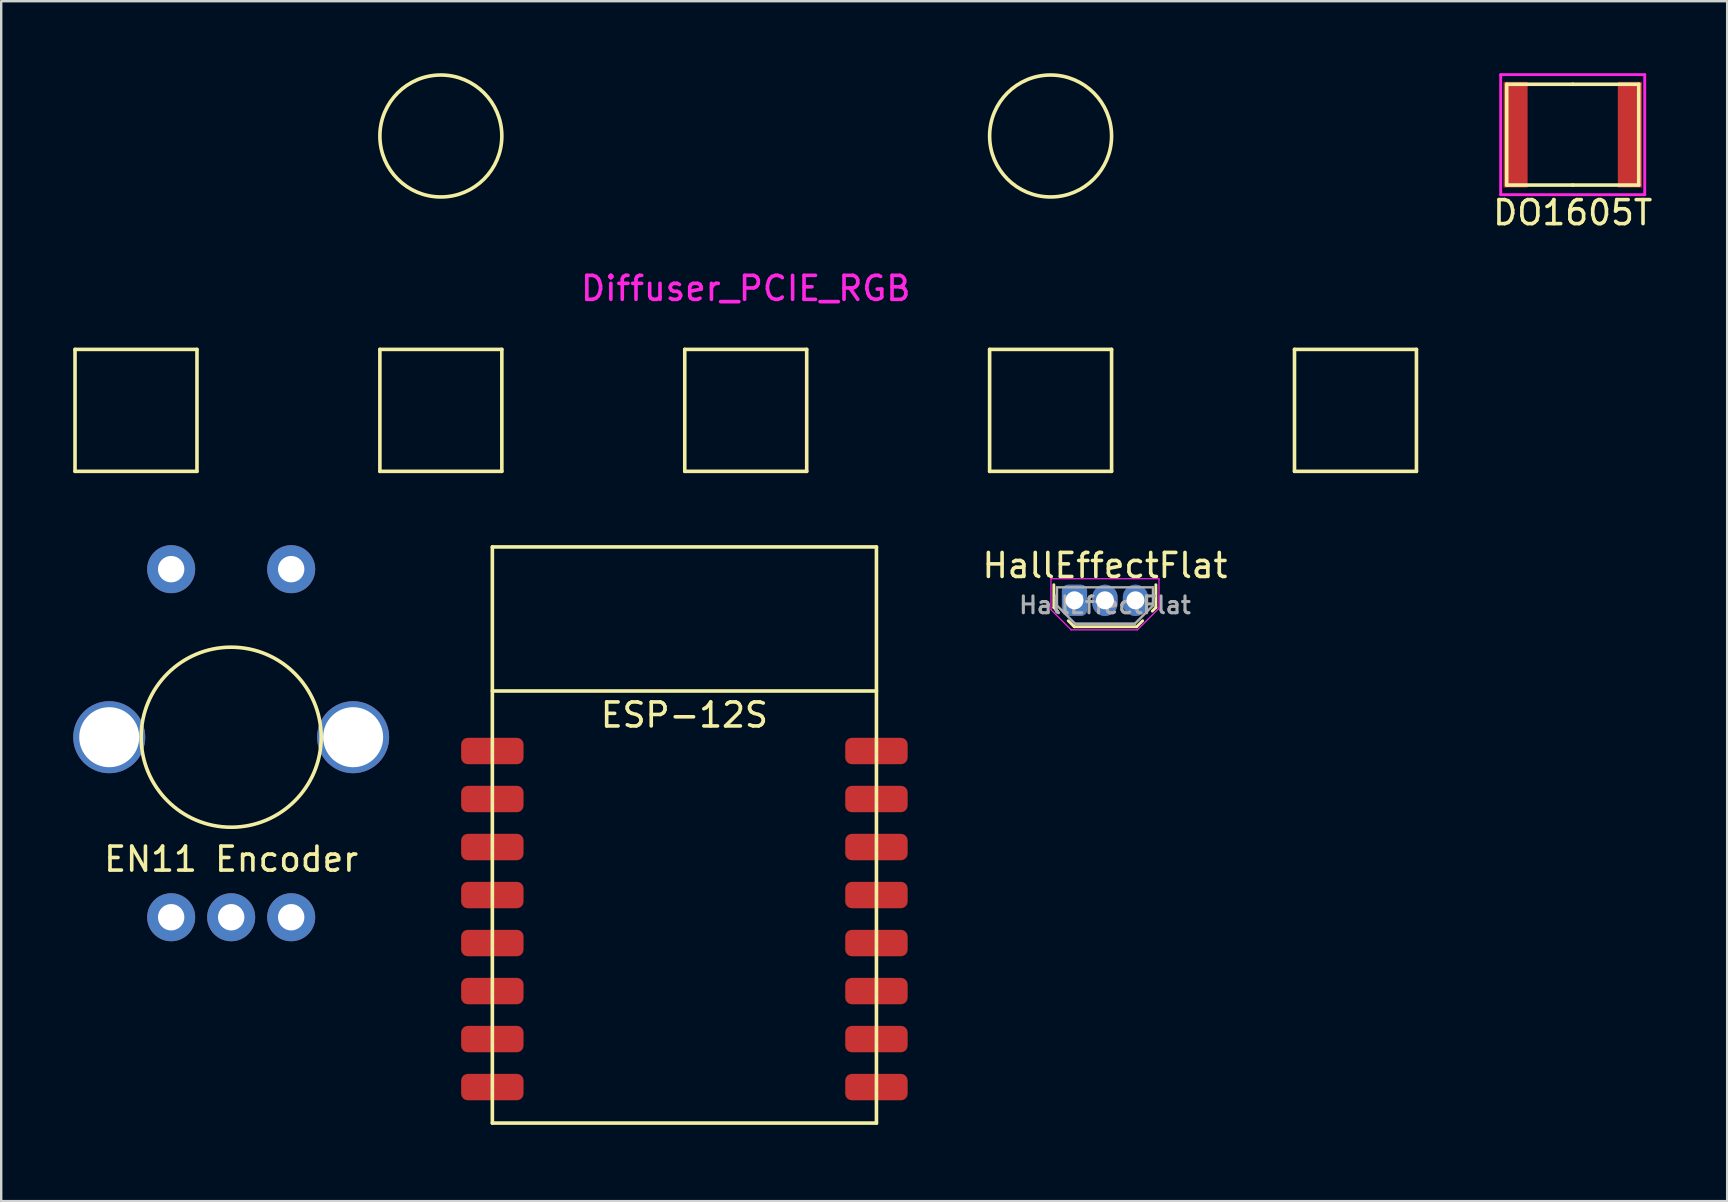
<source format=kicad_pcb>
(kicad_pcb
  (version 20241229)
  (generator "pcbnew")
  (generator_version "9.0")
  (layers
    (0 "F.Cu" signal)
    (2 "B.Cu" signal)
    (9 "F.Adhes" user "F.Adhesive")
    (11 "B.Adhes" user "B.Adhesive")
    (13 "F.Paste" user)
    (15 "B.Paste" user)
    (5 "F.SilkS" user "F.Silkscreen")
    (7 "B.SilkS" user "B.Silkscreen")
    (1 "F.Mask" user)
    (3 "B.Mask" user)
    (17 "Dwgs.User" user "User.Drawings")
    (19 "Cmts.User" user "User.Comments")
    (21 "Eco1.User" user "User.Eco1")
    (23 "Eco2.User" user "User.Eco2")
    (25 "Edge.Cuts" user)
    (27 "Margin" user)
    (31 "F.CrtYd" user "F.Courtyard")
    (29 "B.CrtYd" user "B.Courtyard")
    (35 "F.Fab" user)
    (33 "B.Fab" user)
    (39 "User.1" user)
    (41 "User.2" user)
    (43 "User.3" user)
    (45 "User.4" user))
  (footprint "HallEffectFlat"
    (layer "F.Cu")
    (at 42.98 21.958)
    (property "Reference" "HallEffectFlat" (at 0 -1.45 0) (layer "F.SilkS") (effects (font (size 1 1) (thickness 0.15))))
    (attr through_hole)
    (fp_line (start -2.13 0.3) (end -2.13 -0.65) (stroke (width 0.12) (type solid)) (layer "F.SilkS"))
    (fp_line (start -1.98 0.45) (end -2.13 0.3) (stroke (width 0.12) (type solid)) (layer "F.SilkS"))
    (fp_line (start -1.28 1.1) (end -1.53 0.85) (stroke (width 0.12) (type solid)) (layer "F.SilkS"))
    (fp_line (start -1.28 1.1) (end 1.32 1.1) (stroke (width 0.12) (type solid)) (layer "F.SilkS"))
    (fp_line (start 1.32 1.1) (end 1.57 0.85) (stroke (width 0.12) (type solid)) (layer "F.SilkS"))
    (fp_line (start 1.97 0.45) (end 2.12 0.3) (stroke (width 0.12) (type solid)) (layer "F.SilkS"))
    (fp_line (start 2.12 -0.65) (end 2.12 0.3) (stroke (width 0.12) (type solid)) (layer "F.SilkS"))
    (fp_line (start -2.25 -0.9) (end 2.25 -0.9) (stroke (width 0.05) (type solid)) (layer "F.CrtYd"))
    (fp_line (start -2.25 0.39) (end -2.25 -0.9) (stroke (width 0.05) (type solid)) (layer "F.CrtYd"))
    (fp_line (start -1.41 1.23) (end -2.25 0.39) (stroke (width 0.05) (type solid)) (layer "F.CrtYd"))
    (fp_line (start 1.35 1.23) (end -1.41 1.23) (stroke (width 0.05) (type solid)) (layer "F.CrtYd"))
    (fp_line (start 2.25 -0.9) (end 2.25 0.33) (stroke (width 0.05) (type solid)) (layer "F.CrtYd"))
    (fp_line (start 2.25 0.33) (end 1.35 1.23) (stroke (width 0.05) (type solid)) (layer "F.CrtYd"))
    (fp_line (start -2 -0.542) (end -2 0.217) (stroke (width 0.1) (type solid)) (layer "F.Fab"))
    (fp_line (start -1.24 0.978) (end -2 0.217) (stroke (width 0.1) (type solid)) (layer "F.Fab"))
    (fp_line (start 1.24 0.978) (end -1.24 0.978) (stroke (width 0.1) (type solid)) (layer "F.Fab"))
    (fp_line (start 1.24 0.978) (end -1.24 0.978) (stroke (width 0.1) (type solid)) (layer "F.Fab"))
    (fp_line (start 2 -0.542) (end -2 -0.542) (stroke (width 0.1) (type solid)) (layer "F.Fab"))
    (fp_line (start 2 -0.542) (end 2 0.217) (stroke (width 0.1) (type solid)) (layer "F.Fab"))
    (fp_line (start 2 0.217) (end 1.24 0.978) (stroke (width 0.1) (type solid)) (layer "F.Fab"))
    (fp_text user "${REFERENCE}" (at 0 0.2 0) (layer "F.Fab") (effects (font (size 0.7 0.7) (thickness 0.13))))
    (pad "1" thru_hole roundrect (at -1.27 0) (size 1.05 1.3) (drill 0.75) (layers "*.Cu" "*.Mask") (roundrect_rratio 0.238))
    (pad "2" thru_hole oval (at 0 0) (size 1.05 1.3) (drill 0.75) (layers "*.Cu" "*.Mask"))
    (pad "3" thru_hole oval (at 1.27 0) (size 1.05 1.3) (drill 0.75) (layers "*.Cu" "*.Mask")))
  (footprint "EN11 Encoder"
    (layer "F.Cu")
    (at 6.58 27.66)
    (property "Reference" "EN11 Encoder" (at 0 5.08 0) (layer "F.SilkS") (effects (font (size 1 1) (thickness 0.15))))
    (attr through_hole)
    (fp_circle (center 0 0) (end 3.75 0) (stroke (width 0.15) (type solid)) (fill no) (layer "F.SilkS"))
    (pad "A" thru_hole circle (at -2.5 7.5) (size 2 2) (drill 1.1) (layers "*.Cu" "*.Mask"))
    (pad "B" thru_hole circle (at 2.5 7.5) (size 2 2) (drill 1.1) (layers "*.Cu" "*.Mask"))
    (pad "C" thru_hole circle (at 0 7.5) (size 2 2) (drill 1.1) (layers "*.Cu" "*.Mask"))
    (pad "MP" thru_hole circle (at -5.08 0) (size 3 3) (drill 2.5) (layers "*.Cu" "*.Mask"))
    (pad "MP" thru_hole circle (at 5.08 0 180) (size 3 3) (drill 2.5) (layers "*.Cu" "*.Mask"))
    (pad "S1" thru_hole circle (at -2.5 -7) (size 2 2) (drill 1.1) (layers "*.Cu" "*.Mask"))
    (pad "S2" thru_hole circle (at 2.5 -7) (size 2 2) (drill 1.1) (layers "*.Cu" "*.Mask")))
  (footprint "ESP-12S"
    (layer "F.Cu")
    (at 25.46 43.735)
    (property "Reference" "ESP-12S" (at 0 -17 0) (layer "F.SilkS") (effects (font (size 1 1) (thickness 0.15))))
    (attr through_hole)
    (fp_line (start -8 -24) (end 8 -24) (stroke (width 0.15) (type solid)) (layer "F.SilkS"))
    (fp_line (start -8 -18) (end 8 -18) (stroke (width 0.15) (type solid)) (layer "F.SilkS"))
    (fp_line (start -8 0) (end -8 -24) (stroke (width 0.15) (type solid)) (layer "F.SilkS"))
    (fp_line (start 8 -24) (end 8 0) (stroke (width 0.15) (type solid)) (layer "F.SilkS"))
    (fp_line (start 8 0) (end -8 0) (stroke (width 0.15) (type solid)) (layer "F.SilkS"))
    (pad "1" smd roundrect (at -8 -15.5) (size 2.6 1.1) (layers "F.Cu" "F.Mask" "F.Paste") (roundrect_rratio 0.25))
    (pad "2" smd roundrect (at -8 -13.5) (size 2.6 1.1) (layers "F.Cu" "F.Mask" "F.Paste") (roundrect_rratio 0.25))
    (pad "3" smd roundrect (at -8 -11.5) (size 2.6 1.1) (layers "F.Cu" "F.Mask" "F.Paste") (roundrect_rratio 0.25))
    (pad "4" smd roundrect (at -8 -9.5) (size 2.6 1.1) (layers "F.Cu" "F.Mask" "F.Paste") (roundrect_rratio 0.25))
    (pad "5" smd roundrect (at -8 -7.5) (size 2.6 1.1) (layers "F.Cu" "F.Mask" "F.Paste") (roundrect_rratio 0.25))
    (pad "6" smd roundrect (at -8 -5.5) (size 2.6 1.1) (layers "F.Cu" "F.Mask" "F.Paste") (roundrect_rratio 0.25))
    (pad "7" smd roundrect (at -8 -3.5) (size 2.6 1.1) (layers "F.Cu" "F.Mask" "F.Paste") (roundrect_rratio 0.25))
    (pad "8" smd roundrect (at -8 -1.5) (size 2.6 1.1) (layers "F.Cu" "F.Mask" "F.Paste") (roundrect_rratio 0.25))
    (pad "9" smd roundrect (at 8 -1.5) (size 2.6 1.1) (layers "F.Cu" "F.Mask" "F.Paste") (roundrect_rratio 0.25))
    (pad "10" smd roundrect (at 8 -3.5) (size 2.6 1.1) (layers "F.Cu" "F.Mask" "F.Paste") (roundrect_rratio 0.25))
    (pad "11" smd roundrect (at 8 -5.5) (size 2.6 1.1) (layers "F.Cu" "F.Mask" "F.Paste") (roundrect_rratio 0.25))
    (pad "12" smd roundrect (at 8 -7.5) (size 2.6 1.1) (layers "F.Cu" "F.Mask" "F.Paste") (roundrect_rratio 0.25))
    (pad "13" smd roundrect (at 8 -9.5) (size 2.6 1.1) (layers "F.Cu" "F.Mask" "F.Paste") (roundrect_rratio 0.25))
    (pad "14" smd roundrect (at 8 -11.5) (size 2.6 1.1) (layers "F.Cu" "F.Mask" "F.Paste") (roundrect_rratio 0.25))
    (pad "15" smd roundrect (at 8 -13.5) (size 2.6 1.1) (layers "F.Cu" "F.Mask" "F.Paste") (roundrect_rratio 0.25))
    (pad "16" smd roundrect (at 8 -15.5) (size 2.6 1.1) (layers "F.Cu" "F.Mask" "F.Paste") (roundrect_rratio 0.25)))
  (footprint "DO1605T"
    (layer "F.Cu")
    (at 62.465 2.56)
    (property "Reference" "DO1605T" (at 0 3.25 0) (layer "F.SilkS") (effects (font (size 1 1) (thickness 0.15))))
    (attr through_hole)
    (fp_line (start -2.75 -2.1) (end -2.75 2.1) (stroke (width 0.15) (type solid)) (layer "F.SilkS"))
    (fp_line (start -2.75 2.1) (end 0 2.1) (stroke (width 0.15) (type solid)) (layer "F.SilkS"))
    (fp_line (start 0 -2.1) (end -2.75 -2.1) (stroke (width 0.15) (type solid)) (layer "F.SilkS"))
    (fp_line (start 0 2.1) (end 2.75 2.1) (stroke (width 0.15) (type solid)) (layer "F.SilkS"))
    (fp_line (start 2.75 -2.1) (end 0 -2.1) (stroke (width 0.15) (type solid)) (layer "F.SilkS"))
    (fp_line (start 2.75 2.1) (end 2.75 -2.1) (stroke (width 0.15) (type solid)) (layer "F.SilkS"))
    (fp_line (start -3 -2.5) (end 3 -2.5) (stroke (width 0.12) (type solid)) (layer "F.CrtYd"))
    (fp_line (start -3 2.5) (end -3 -2.5) (stroke (width 0.12) (type solid)) (layer "F.CrtYd"))
    (fp_line (start 3 -2.5) (end 3 2.5) (stroke (width 0.12) (type solid)) (layer "F.CrtYd"))
    (fp_line (start 3 2.5) (end -3 2.5) (stroke (width 0.12) (type solid)) (layer "F.CrtYd"))
    (pad "1" smd rect (at -2.38 0) (size 1 4.4) (layers "F.Cu" "F.Mask" "F.Paste"))
    (pad "2" smd rect (at 2.38 0 180) (size 1 4.4) (layers "F.Cu" "F.Mask" "F.Paste")))
  (footprint "Diffuser_PCIE_RGB"
    (layer "F.Cu")
    (at 28.015 14.045)
    (property "Reference" "Diffuser_PCIE_RGB" (at 0 -5.08 0) (layer "F.CrtYd") (effects (font (size 1 1) (thickness 0.15))))
    (attr exclude_from_pos_files exclude_from_bom)
    (fp_line (start -27.94 -2.54) (end -27.94 2.54) (stroke (width 0.15) (type solid)) (layer "F.SilkS"))
    (fp_line (start -27.94 2.54) (end -22.86 2.54) (stroke (width 0.15) (type solid)) (layer "F.SilkS"))
    (fp_line (start -22.86 -2.54) (end -27.94 -2.54) (stroke (width 0.15) (type solid)) (layer "F.SilkS"))
    (fp_line (start -22.86 2.54) (end -22.86 -2.54) (stroke (width 0.15) (type solid)) (layer "F.SilkS"))
    (fp_line (start -15.24 -2.54) (end -15.24 2.54) (stroke (width 0.15) (type solid)) (layer "F.SilkS"))
    (fp_line (start -15.24 2.54) (end -10.16 2.54) (stroke (width 0.15) (type solid)) (layer "F.SilkS"))
    (fp_line (start -10.16 -2.54) (end -15.24 -2.54) (stroke (width 0.15) (type solid)) (layer "F.SilkS"))
    (fp_line (start -10.16 2.54) (end -10.16 -2.54) (stroke (width 0.15) (type solid)) (layer "F.SilkS"))
    (fp_line (start -2.54 -2.54) (end -2.54 2.54) (stroke (width 0.15) (type solid)) (layer "F.SilkS"))
    (fp_line (start -2.54 2.54) (end 2.54 2.54) (stroke (width 0.15) (type solid)) (layer "F.SilkS"))
    (fp_line (start 2.54 -2.54) (end -2.54 -2.54) (stroke (width 0.15) (type solid)) (layer "F.SilkS"))
    (fp_line (start 2.54 2.54) (end 2.54 -2.54) (stroke (width 0.15) (type solid)) (layer "F.SilkS"))
    (fp_line (start 10.16 -2.54) (end 10.16 2.54) (stroke (width 0.15) (type solid)) (layer "F.SilkS"))
    (fp_line (start 10.16 2.54) (end 15.24 2.54) (stroke (width 0.15) (type solid)) (layer "F.SilkS"))
    (fp_line (start 15.24 -2.54) (end 10.16 -2.54) (stroke (width 0.15) (type solid)) (layer "F.SilkS"))
    (fp_line (start 15.24 2.54) (end 15.24 -2.54) (stroke (width 0.15) (type solid)) (layer "F.SilkS"))
    (fp_line (start 22.86 -2.54) (end 22.86 2.54) (stroke (width 0.15) (type solid)) (layer "F.SilkS"))
    (fp_line (start 22.86 2.54) (end 27.94 2.54) (stroke (width 0.15) (type solid)) (layer "F.SilkS"))
    (fp_line (start 27.94 -2.54) (end 22.86 -2.54) (stroke (width 0.15) (type solid)) (layer "F.SilkS"))
    (fp_line (start 27.94 2.54) (end 27.94 -2.54) (stroke (width 0.15) (type solid)) (layer "F.SilkS"))
    (fp_circle (center -12.7 -11.43) (end -12.7 -8.89) (stroke (width 0.15) (type solid)) (fill no) (layer "F.SilkS"))
    (fp_circle (center 12.7 -11.43) (end 12.7 -8.89) (stroke (width 0.15) (type solid)) (fill no) (layer "F.SilkS")))
  (gr_rect
    (start -3 -3)
    (end 68.899 46.985)
    (stroke (width 0.1) (type default))
    (fill no)
    (layer "Edge.Cuts")))
</source>
